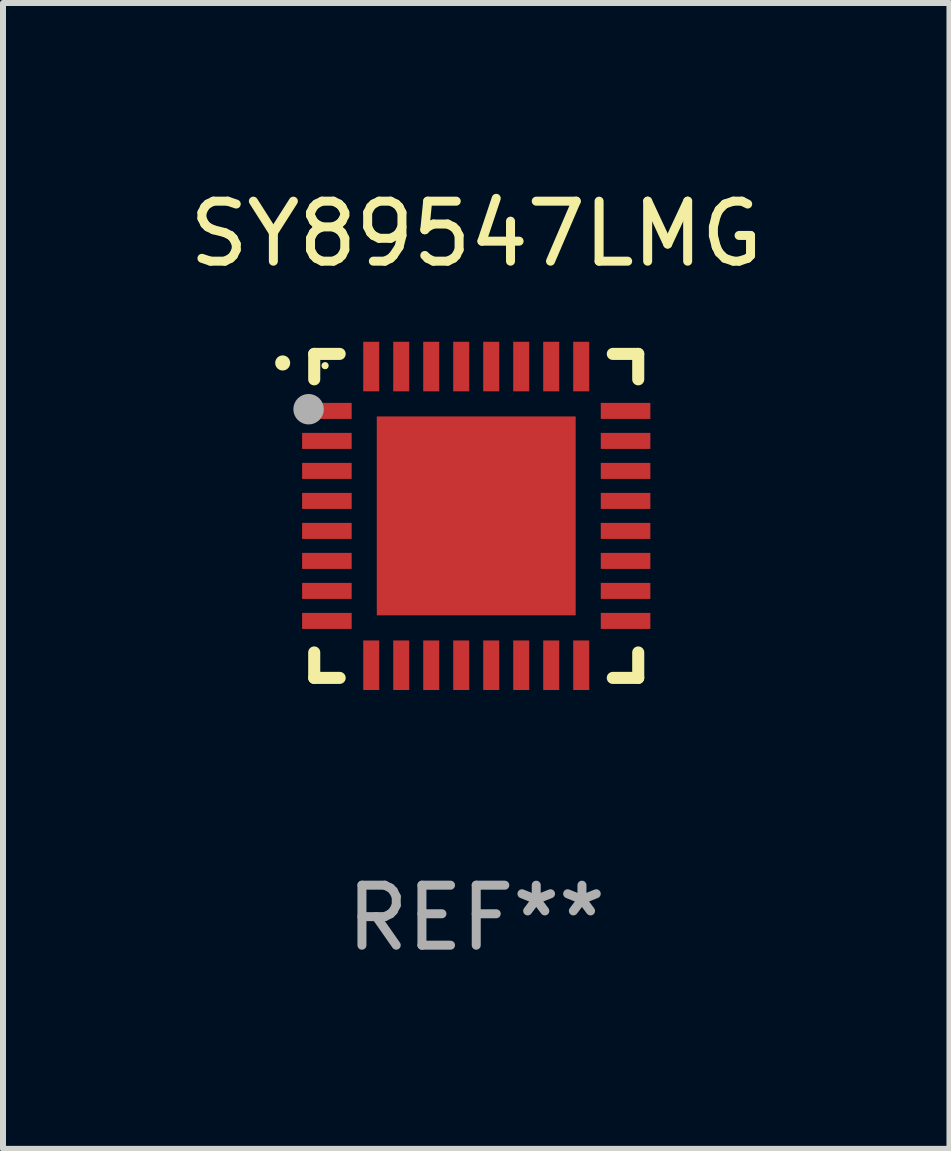
<source format=kicad_pcb>
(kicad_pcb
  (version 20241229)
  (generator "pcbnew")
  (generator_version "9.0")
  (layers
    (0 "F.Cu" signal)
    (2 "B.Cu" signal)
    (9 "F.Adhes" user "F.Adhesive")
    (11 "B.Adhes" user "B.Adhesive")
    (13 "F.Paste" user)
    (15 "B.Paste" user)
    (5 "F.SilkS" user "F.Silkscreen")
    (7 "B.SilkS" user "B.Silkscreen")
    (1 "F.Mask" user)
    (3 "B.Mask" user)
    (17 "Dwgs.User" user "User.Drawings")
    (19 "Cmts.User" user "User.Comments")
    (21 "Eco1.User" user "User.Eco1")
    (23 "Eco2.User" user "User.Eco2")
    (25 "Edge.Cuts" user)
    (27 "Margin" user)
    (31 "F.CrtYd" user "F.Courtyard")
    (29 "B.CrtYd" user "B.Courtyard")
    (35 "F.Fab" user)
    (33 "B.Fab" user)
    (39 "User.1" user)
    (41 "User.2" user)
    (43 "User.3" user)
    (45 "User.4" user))
  (footprint "SY89547LMG"
    (layer "F.Cu")
    (at 4.887 5.548)
    (property "Reference" "SY89547LMG" (at 0 -4.7 0) (layer "F.SilkS") (effects (font (size 1 1) (thickness 0.15))))
    (attr through_hole)
    (fp_line (start -2.7 -2.7) (end -2.276 -2.7) (stroke (width 0.201) (type solid)) (layer "F.SilkS"))
    (fp_line (start -2.7 -2.276) (end -2.7 -2.7) (stroke (width 0.201) (type solid)) (layer "F.SilkS"))
    (fp_line (start -2.7 2.276) (end -2.7 2.7) (stroke (width 0.201) (type solid)) (layer "F.SilkS"))
    (fp_line (start -2.7 2.7) (end -2.276 2.7) (stroke (width 0.201) (type solid)) (layer "F.SilkS"))
    (fp_line (start 2.276 2.7) (end 2.7 2.7) (stroke (width 0.201) (type solid)) (layer "F.SilkS"))
    (fp_line (start 2.7 -2.7) (end 2.276 -2.7) (stroke (width 0.201) (type solid)) (layer "F.SilkS"))
    (fp_line (start 2.7 -2.276) (end 2.7 -2.7) (stroke (width 0.201) (type solid)) (layer "F.SilkS"))
    (fp_line (start 2.7 2.7) (end 2.7 2.276) (stroke (width 0.201) (type solid)) (layer "F.SilkS"))
    (fp_arc (start -3.225806 -2.547625) (mid -3.225812 -2.548895) (end -3.225806 -2.550165) (stroke (width 0.24892) (type solid)) (layer "F.SilkS"))
    (fp_circle (center -2.519 -2.504) (end -2.489 -2.504) (stroke (width 0.06) (type solid)) (fill no) (layer "F.SilkS"))
    (fp_circle (center -2.794 -1.778) (end -2.667 -1.778) (stroke (width 0.254) (type solid)) (fill no) (layer "F.Fab"))
    (fp_text user "REF**" (at 0 6.7 0) (layer "F.Fab") (effects (font (size 1 1) (thickness 0.15))))
    (pad "1" smd rect (at -2.489 -1.75 90) (size 0.267 0.826) (layers "F.Cu" "F.Mask" "F.Paste"))
    (pad "2" smd rect (at -2.489 -1.25 90) (size 0.267 0.826) (layers "F.Cu" "F.Mask" "F.Paste"))
    (pad "3" smd rect (at -2.489 -0.75 90) (size 0.267 0.826) (layers "F.Cu" "F.Mask" "F.Paste"))
    (pad "4" smd rect (at -2.489 -0.25 90) (size 0.267 0.826) (layers "F.Cu" "F.Mask" "F.Paste"))
    (pad "5" smd rect (at -2.489 0.25 90) (size 0.267 0.826) (layers "F.Cu" "F.Mask" "F.Paste"))
    (pad "6" smd rect (at -2.489 0.75 90) (size 0.267 0.826) (layers "F.Cu" "F.Mask" "F.Paste"))
    (pad "7" smd rect (at -2.489 1.25 90) (size 0.267 0.826) (layers "F.Cu" "F.Mask" "F.Paste"))
    (pad "8" smd rect (at -2.489 1.75 90) (size 0.267 0.826) (layers "F.Cu" "F.Mask" "F.Paste"))
    (pad "9" smd rect (at -1.75 2.489) (size 0.267 0.826) (layers "F.Cu" "F.Mask" "F.Paste"))
    (pad "10" smd rect (at -1.25 2.489) (size 0.267 0.826) (layers "F.Cu" "F.Mask" "F.Paste"))
    (pad "11" smd rect (at -0.75 2.489) (size 0.267 0.826) (layers "F.Cu" "F.Mask" "F.Paste"))
    (pad "12" smd rect (at -0.25 2.489) (size 0.267 0.826) (layers "F.Cu" "F.Mask" "F.Paste"))
    (pad "13" smd rect (at 0.25 2.489) (size 0.267 0.826) (layers "F.Cu" "F.Mask" "F.Paste"))
    (pad "14" smd rect (at 0.75 2.489) (size 0.267 0.826) (layers "F.Cu" "F.Mask" "F.Paste"))
    (pad "15" smd rect (at 1.25 2.489) (size 0.267 0.826) (layers "F.Cu" "F.Mask" "F.Paste"))
    (pad "16" smd rect (at 1.75 2.489) (size 0.267 0.826) (layers "F.Cu" "F.Mask" "F.Paste"))
    (pad "17" smd rect (at 2.489 1.75 90) (size 0.267 0.826) (layers "F.Cu" "F.Mask" "F.Paste"))
    (pad "18" smd rect (at 2.489 1.25 90) (size 0.267 0.826) (layers "F.Cu" "F.Mask" "F.Paste"))
    (pad "19" smd rect (at 2.489 0.75 90) (size 0.267 0.826) (layers "F.Cu" "F.Mask" "F.Paste"))
    (pad "20" smd rect (at 2.489 0.25 90) (size 0.267 0.826) (layers "F.Cu" "F.Mask" "F.Paste"))
    (pad "21" smd rect (at 2.489 -0.25 90) (size 0.267 0.826) (layers "F.Cu" "F.Mask" "F.Paste"))
    (pad "22" smd rect (at 2.489 -0.75 90) (size 0.267 0.826) (layers "F.Cu" "F.Mask" "F.Paste"))
    (pad "23" smd rect (at 2.489 -1.25 90) (size 0.267 0.826) (layers "F.Cu" "F.Mask" "F.Paste"))
    (pad "24" smd rect (at 2.489 -1.75 90) (size 0.267 0.826) (layers "F.Cu" "F.Mask" "F.Paste"))
    (pad "25" smd rect (at 1.75 -2.489) (size 0.267 0.826) (layers "F.Cu" "F.Mask" "F.Paste"))
    (pad "26" smd rect (at 1.25 -2.489) (size 0.267 0.826) (layers "F.Cu" "F.Mask" "F.Paste"))
    (pad "27" smd rect (at 0.75 -2.489) (size 0.267 0.826) (layers "F.Cu" "F.Mask" "F.Paste"))
    (pad "28" smd rect (at 0.25 -2.489) (size 0.267 0.826) (layers "F.Cu" "F.Mask" "F.Paste"))
    (pad "29" smd rect (at -0.25 -2.489) (size 0.267 0.826) (layers "F.Cu" "F.Mask" "F.Paste"))
    (pad "30" smd rect (at -0.75 -2.489) (size 0.267 0.826) (layers "F.Cu" "F.Mask" "F.Paste"))
    (pad "31" smd rect (at -1.25 -2.489) (size 0.267 0.826) (layers "F.Cu" "F.Mask" "F.Paste"))
    (pad "32" smd rect (at -1.75 -2.489) (size 0.267 0.826) (layers "F.Cu" "F.Mask" "F.Paste"))
    (pad "33" smd rect (at 0 0) (size 3.315 3.315) (layers "F.Cu" "F.Mask" "F.Paste")))
  (gr_rect
    (start -3 -3)
    (end 12.774 16.097)
    (stroke (width 0.1) (type default))
    (fill no)
    (layer "Edge.Cuts")))
</source>
